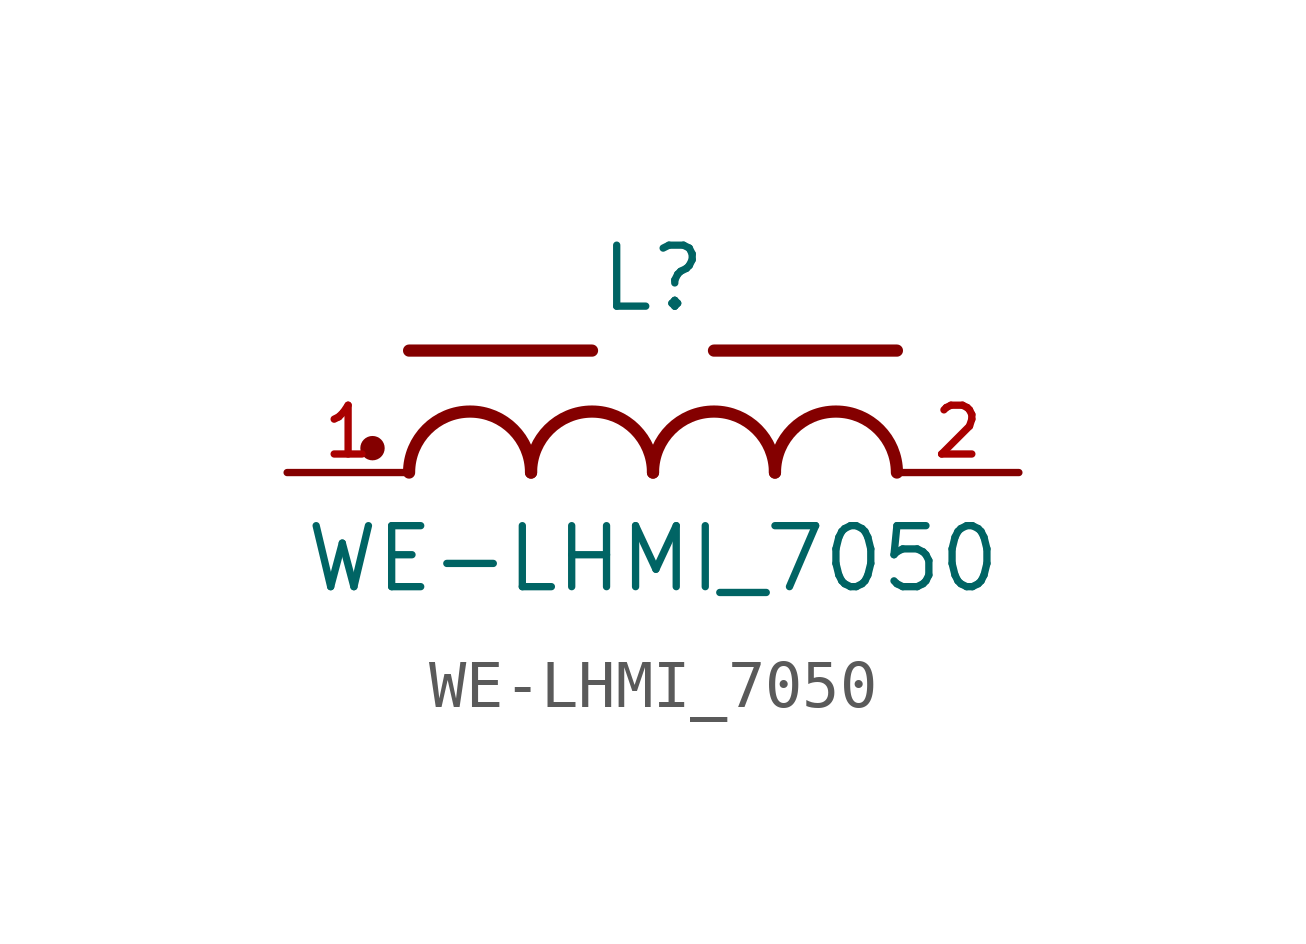
<source format=kicad_sym>
(kicad_symbol_lib
  (version 20211014)
  (generator kicad_symbol_editor)
  (symbol "WE-LHMI_7050"
    (pin_names
      (offset 1.016))
    (property "Reference" "L"
      (at 0.0 3.302 0)
      (effects (font (size 1.27 1.27)) (justify bottom)))
    (property "Value" "WE-LHMI_7050"
      (at 0.0 -2.54 0)
      (effects (font (size 1.27 1.27)) (justify bottom)))
    (symbol "WE-LHMI_7050_0_0"
      (arc (start -2.54 0.0) (mid -3.81 1.27) (end -5.08 0.0) (stroke (width 0.254) (type default) (color 0 0 0 0)) (fill (type none)))
      (arc (start 0.0 0.0) (mid -1.27 1.27) (end -2.54 0.0) (stroke (width 0.254) (type default) (color 0 0 0 0)) (fill (type none)))
      (arc (start 2.54 0.0) (mid 1.27 1.27) (end 0.0 0.0) (stroke (width 0.254) (type default) (color 0 0 0 0)) (fill (type none)))
      (arc (start 5.08 0.0) (mid 3.81 1.27) (end 2.54 0.0) (stroke (width 0.254) (type default) (color 0 0 0 0)) (fill (type none)))
      (polyline (pts (xy -1.27 2.54) (xy -5.08 2.54)) (stroke (width 0.254)))
      (polyline (pts (xy 5.08 2.54) (xy 1.27 2.54)) (stroke (width 0.254)))
      (circle (center -5.842 0.508) (radius 0.127) (stroke (width 0.254)) (fill (type none)))
      (pin passive line (at -7.62 0.0 0) (length 2.54) (name "~" (effects (font (size 1.016 1.016)))) (number "1" (effects (font (size 1.016 1.016)))))
      (pin passive line (at 7.62 0.0 180.0) (length 2.54) (name "~" (effects (font (size 1.016 1.016)))) (number "2" (effects (font (size 1.016 1.016))))))))
</source>
